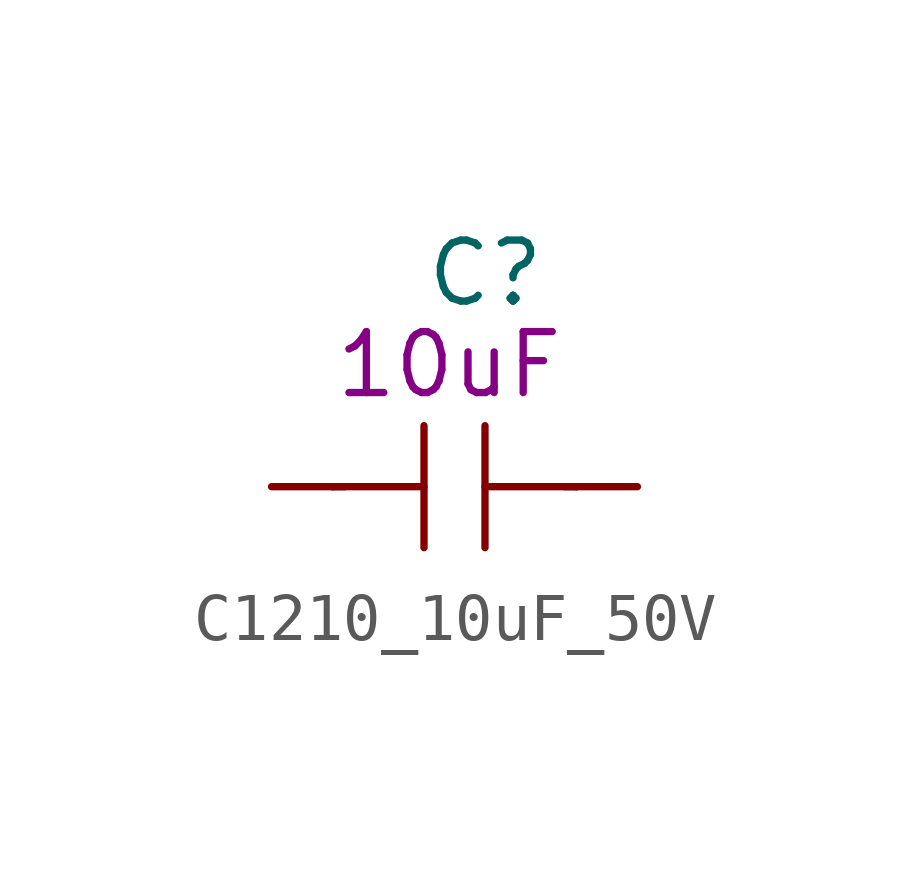
<source format=kicad_sym>
(kicad_symbol_lib
  (version 20211014)
  (generator kicad_symbol_editor)
  (symbol "C1210_10uF_50V"
    (pin_numbers hide)
    (pin_names
      (offset 1.016))
    (property "Reference" "C"
      (at -0.635 4.445 0)
      (effects (font (size 1.27 1.27)) (justify left)))
    (property "Symbol" "10uF"
      (at -2.54 2.54 0)
      (effects (font (size 1.27 1.27)) (justify left)))
    (symbol "C1210_10uF_50V_1_1"
      (polyline (pts (xy -2.54 0) (xy -0.635 0)) (stroke (width 0) (type default) (color 0 0 0 0)) (fill (type none)))
      (polyline (pts (xy -2.286 0) (xy -2.54 0)) (stroke (width 0) (type default) (color 0 0 0 0)) (fill (type none)))
      (polyline (pts (xy -0.635 1.27) (xy -0.635 -1.27)) (stroke (width 0) (type default) (color 0 0 0 0)) (fill (type none)))
      (polyline (pts (xy 0.635 0) (xy 2.54 0)) (stroke (width 0) (type default) (color 0 0 0 0)) (fill (type none)))
      (polyline (pts (xy 0.635 1.27) (xy 0.635 -1.27)) (stroke (width 0) (type default) (color 0 0 0 0)) (fill (type none)))
      (polyline (pts (xy 2.286 0) (xy 2.54 0)) (stroke (width 0) (type default) (color 0 0 0 0)) (fill (type none)))
      (pin passive line (at -3.81 0 0) (length 1.27) (name "~" (effects (font (size 1.27 1.27)))) (number "1" (effects (font (size 1.27 1.27)))))
      (pin passive line (at 3.81 0 180) (length 1.27) (name "~" (effects (font (size 1.27 1.27)))) (number "2" (effects (font (size 1.27 1.27))))))))
</source>
